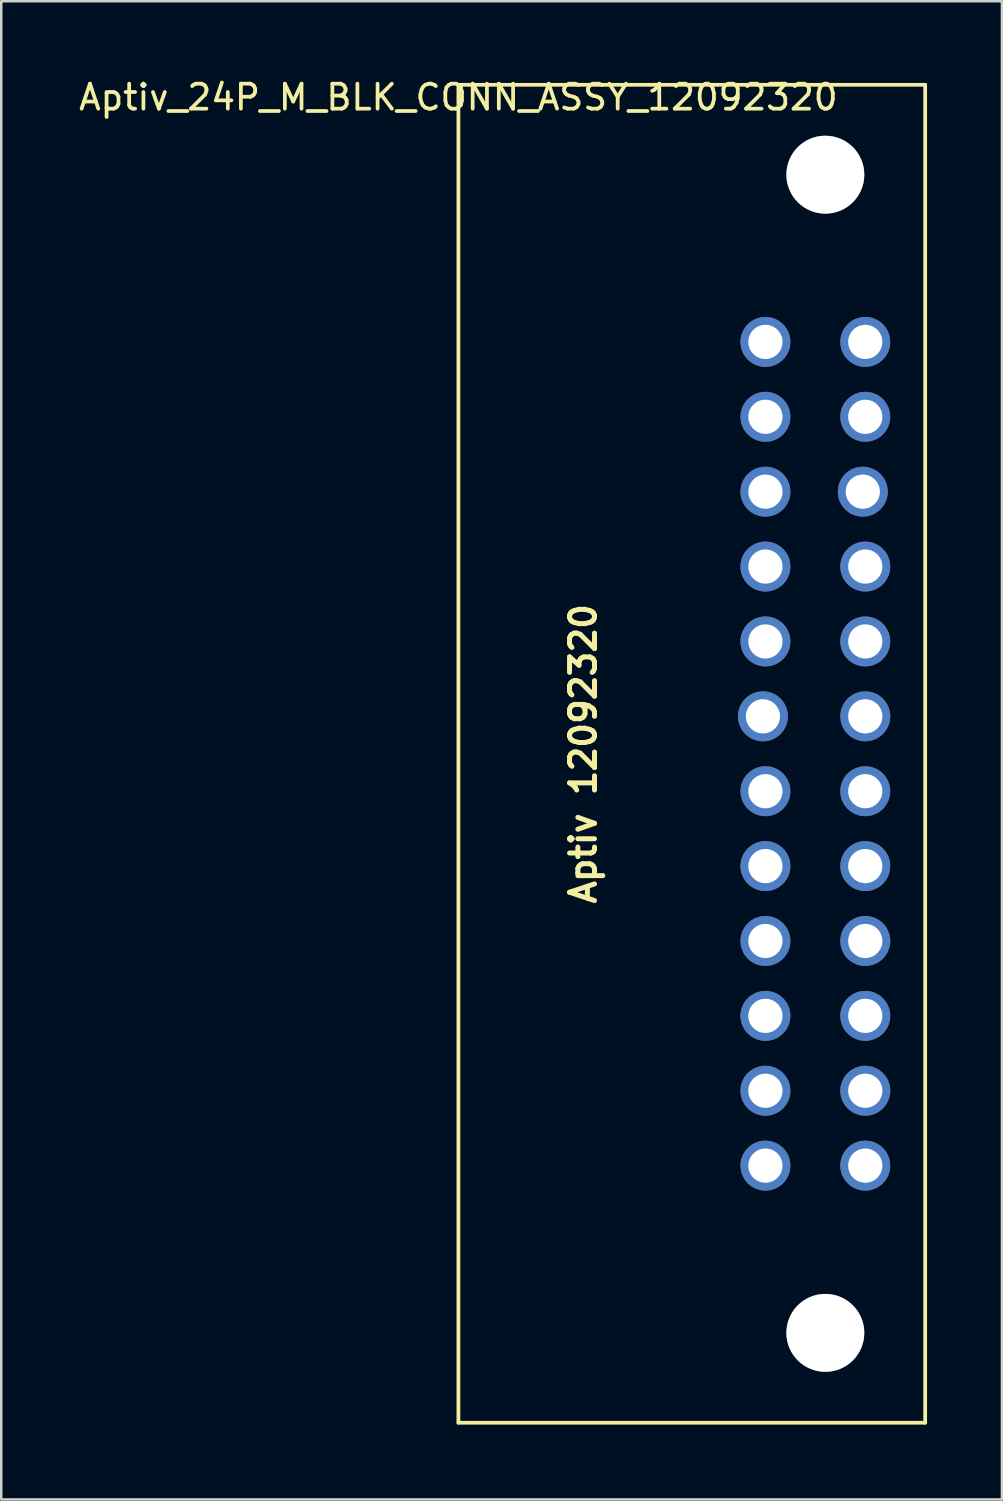
<source format=kicad_pcb>
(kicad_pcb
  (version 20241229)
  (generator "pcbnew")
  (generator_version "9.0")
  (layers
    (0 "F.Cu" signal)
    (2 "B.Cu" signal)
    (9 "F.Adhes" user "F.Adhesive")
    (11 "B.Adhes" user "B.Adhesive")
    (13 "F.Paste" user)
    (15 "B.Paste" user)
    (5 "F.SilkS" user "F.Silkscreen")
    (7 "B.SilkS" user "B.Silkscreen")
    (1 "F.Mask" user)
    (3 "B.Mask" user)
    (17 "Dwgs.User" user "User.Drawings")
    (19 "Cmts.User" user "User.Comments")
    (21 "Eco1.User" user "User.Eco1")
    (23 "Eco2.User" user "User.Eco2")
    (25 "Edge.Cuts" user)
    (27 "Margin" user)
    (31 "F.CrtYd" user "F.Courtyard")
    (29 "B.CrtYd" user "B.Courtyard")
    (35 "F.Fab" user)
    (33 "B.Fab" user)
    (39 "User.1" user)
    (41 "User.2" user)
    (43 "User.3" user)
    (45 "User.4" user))
  (footprint "Aptiv_24P_M_BLK_CONN_ASSY_12092320"
    (layer "F.Cu")
    (at 15.315 0.348)
    (property "Reference" "Aptiv_24P_M_BLK_CONN_ASSY_12092320" (at 0 0.5 0) (layer "F.SilkS") (effects (font (size 1 1) (thickness 0.15))))
    (attr through_hole)
    (fp_line (start 0 0) (end 18.7 0) (stroke (width 0.15) (type solid)) (layer "F.SilkS"))
    (fp_line (start 0 53.6) (end 0 0) (stroke (width 0.15) (type solid)) (layer "F.SilkS"))
    (fp_line (start 18.7 0) (end 18.7 53.6) (stroke (width 0.15) (type solid)) (layer "F.SilkS"))
    (fp_line (start 18.7 53.6) (end 0 53.6) (stroke (width 0.15) (type solid)) (layer "F.SilkS"))
    (fp_text user "Aptiv 12092320" (at 5 26.8 90) (layer "F.SilkS") (effects (font (size 1 1) (thickness 0.2))))
    (pad "1" thru_hole circle (at 16.3 10.3) (size 2 2) (drill 1.37) (layers "*.Cu" "*.Mask"))
    (pad "2" thru_hole circle (at 16.3 13.3) (size 2 2) (drill 1.37) (layers "*.Cu" "*.Mask"))
    (pad "3" thru_hole circle (at 16.2 16.3) (size 2 2) (drill 1.37) (layers "*.Cu" "*.Mask"))
    (pad "4" thru_hole circle (at 16.3 19.3) (size 2 2) (drill 1.37) (layers "*.Cu" "*.Mask"))
    (pad "5" thru_hole circle (at 16.3 22.3) (size 2 2) (drill 1.37) (layers "*.Cu" "*.Mask"))
    (pad "6" thru_hole circle (at 16.3 25.3) (size 2 2) (drill 1.37) (layers "*.Cu" "*.Mask"))
    (pad "7" thru_hole circle (at 16.3 28.3) (size 2 2) (drill 1.37) (layers "*.Cu" "*.Mask"))
    (pad "8" thru_hole circle (at 16.3 31.3) (size 2 2) (drill 1.37) (layers "*.Cu" "*.Mask"))
    (pad "9" thru_hole circle (at 16.3 34.3) (size 2 2) (drill 1.37) (layers "*.Cu" "*.Mask"))
    (pad "10" thru_hole circle (at 16.3 37.3) (size 2 2) (drill 1.37) (layers "*.Cu" "*.Mask"))
    (pad "11" thru_hole circle (at 16.3 40.3) (size 2 2) (drill 1.37) (layers "*.Cu" "*.Mask"))
    (pad "12" thru_hole circle (at 16.3 43.3) (size 2 2) (drill 1.37) (layers "*.Cu" "*.Mask"))
    (pad "13" thru_hole circle (at 12.3 10.3) (size 2 2) (drill 1.37) (layers "*.Cu" "*.Mask"))
    (pad "14" thru_hole circle (at 12.3 13.3) (size 2 2) (drill 1.37) (layers "*.Cu" "*.Mask"))
    (pad "15" thru_hole circle (at 12.3 16.3) (size 2 2) (drill 1.37) (layers "*.Cu" "*.Mask"))
    (pad "16" thru_hole circle (at 12.3 19.3) (size 2 2) (drill 1.37) (layers "*.Cu" "*.Mask"))
    (pad "17" thru_hole circle (at 12.3 22.3) (size 2 2) (drill 1.37) (layers "*.Cu" "*.Mask"))
    (pad "18" thru_hole circle (at 12.2 25.3) (size 2 2) (drill 1.37) (layers "*.Cu" "*.Mask"))
    (pad "19" thru_hole circle (at 12.3 28.3) (size 2 2) (drill 1.37) (layers "*.Cu" "*.Mask"))
    (pad "20" thru_hole circle (at 12.3 31.3) (size 2 2) (drill 1.37) (layers "*.Cu" "*.Mask"))
    (pad "21" thru_hole circle (at 12.3 34.3) (size 2 2) (drill 1.37) (layers "*.Cu" "*.Mask"))
    (pad "22" thru_hole circle (at 12.3 37.3) (size 2 2) (drill 1.37) (layers "*.Cu" "*.Mask"))
    (pad "23" thru_hole circle (at 12.3 40.3) (size 2 2) (drill 1.37) (layers "*.Cu" "*.Mask"))
    (pad "24" thru_hole circle (at 12.3 43.3) (size 2 2) (drill 1.37) (layers "*.Cu" "*.Mask"))
    (pad "~" thru_hole circle (at 14.7 3.6) (size 3.12 3.12) (drill 3.12) (layers "*.Cu" "*.Mask"))
    (pad "~" thru_hole circle (at 14.7 50) (size 3.12 3.12) (drill 3.12) (layers "*.Cu" "*.Mask")))
  (gr_rect
    (start -3 -3)
    (end 37.09 57.023)
    (stroke (width 0.1) (type default))
    (fill no)
    (layer "Edge.Cuts")))
</source>
